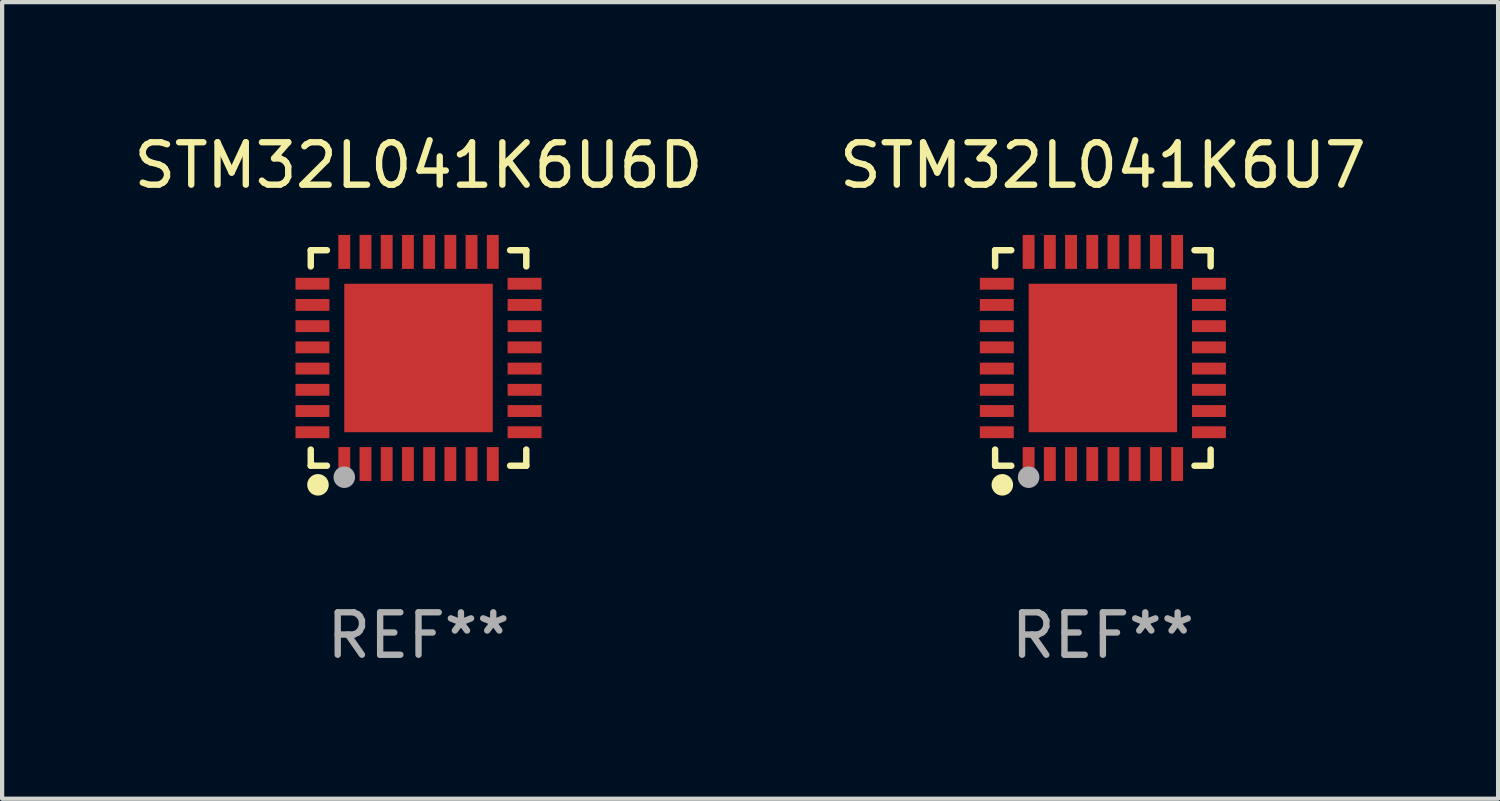
<source format=kicad_pcb>
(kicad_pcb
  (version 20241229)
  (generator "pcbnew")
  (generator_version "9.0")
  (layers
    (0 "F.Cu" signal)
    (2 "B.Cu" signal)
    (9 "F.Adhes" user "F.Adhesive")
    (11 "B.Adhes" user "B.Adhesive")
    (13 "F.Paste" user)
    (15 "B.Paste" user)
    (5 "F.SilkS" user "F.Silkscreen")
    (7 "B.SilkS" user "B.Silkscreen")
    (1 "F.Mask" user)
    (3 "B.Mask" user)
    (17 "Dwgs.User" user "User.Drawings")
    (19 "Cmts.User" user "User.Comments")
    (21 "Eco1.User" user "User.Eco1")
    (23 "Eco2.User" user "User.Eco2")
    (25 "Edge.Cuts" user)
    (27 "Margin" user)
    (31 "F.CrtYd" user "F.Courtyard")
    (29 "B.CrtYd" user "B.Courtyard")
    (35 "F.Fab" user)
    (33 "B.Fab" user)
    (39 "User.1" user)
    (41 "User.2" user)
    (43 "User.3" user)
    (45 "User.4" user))
  (footprint "STM32L041K6U7"
    (layer "F.Cu")
    (at 22.946 5.388)
    (property "Reference" "STM32L041K6U7" (at 0 -4.54 0) (layer "F.SilkS") (effects (font (size 1 1) (thickness 0.15))))
    (attr through_hole)
    (fp_line (start -2.54 -2.54) (end -2.159 -2.54) (stroke (width 0.152) (type solid)) (layer "F.SilkS"))
    (fp_line (start -2.54 -2.159) (end -2.54 -2.54) (stroke (width 0.152) (type solid)) (layer "F.SilkS"))
    (fp_line (start -2.54 2.54) (end -2.54 2.159) (stroke (width 0.152) (type solid)) (layer "F.SilkS"))
    (fp_line (start -2.159 2.54) (end -2.54 2.54) (stroke (width 0.152) (type solid)) (layer "F.SilkS"))
    (fp_line (start 2.159 -2.54) (end 2.54 -2.54) (stroke (width 0.152) (type solid)) (layer "F.SilkS"))
    (fp_line (start 2.54 -2.54) (end 2.54 -2.159) (stroke (width 0.152) (type solid)) (layer "F.SilkS"))
    (fp_line (start 2.54 2.159) (end 2.54 2.54) (stroke (width 0.152) (type solid)) (layer "F.SilkS"))
    (fp_line (start 2.54 2.54) (end 2.159 2.54) (stroke (width 0.152) (type solid)) (layer "F.SilkS"))
    (fp_circle (center -2.5 2.5) (end -2.47 2.5) (stroke (width 0.06) (type solid)) (fill no) (layer "F.SilkS"))
    (fp_circle (center -2.37 2.99) (end -2.243 2.99) (stroke (width 0.254) (type solid)) (fill no) (layer "F.SilkS"))
    (fp_circle (center -1.75 2.81) (end -1.623 2.81) (stroke (width 0.254) (type solid)) (fill no) (layer "F.Fab"))
    (fp_text user "REF**" (at 0 6.54 0) (layer "F.Fab") (effects (font (size 1 1) (thickness 0.15))))
    (pad "1" smd rect (at -1.75 2.5) (size 0.28 0.8) (layers "F.Cu" "F.Mask" "F.Paste"))
    (pad "2" smd rect (at -1.25 2.5) (size 0.28 0.8) (layers "F.Cu" "F.Mask" "F.Paste"))
    (pad "3" smd rect (at -0.75 2.5) (size 0.28 0.8) (layers "F.Cu" "F.Mask" "F.Paste"))
    (pad "4" smd rect (at -0.25 2.5) (size 0.28 0.8) (layers "F.Cu" "F.Mask" "F.Paste"))
    (pad "5" smd rect (at 0.25 2.5) (size 0.28 0.8) (layers "F.Cu" "F.Mask" "F.Paste"))
    (pad "6" smd rect (at 0.75 2.5) (size 0.28 0.8) (layers "F.Cu" "F.Mask" "F.Paste"))
    (pad "7" smd rect (at 1.25 2.5) (size 0.28 0.8) (layers "F.Cu" "F.Mask" "F.Paste"))
    (pad "8" smd rect (at 1.75 2.5) (size 0.28 0.8) (layers "F.Cu" "F.Mask" "F.Paste"))
    (pad "9" smd rect (at 2.5 1.75) (size 0.8 0.28) (layers "F.Cu" "F.Mask" "F.Paste"))
    (pad "10" smd rect (at 2.5 1.25) (size 0.8 0.28) (layers "F.Cu" "F.Mask" "F.Paste"))
    (pad "11" smd rect (at 2.5 0.75) (size 0.8 0.28) (layers "F.Cu" "F.Mask" "F.Paste"))
    (pad "12" smd rect (at 2.5 0.25) (size 0.8 0.28) (layers "F.Cu" "F.Mask" "F.Paste"))
    (pad "13" smd rect (at 2.5 -0.25) (size 0.8 0.28) (layers "F.Cu" "F.Mask" "F.Paste"))
    (pad "14" smd rect (at 2.5 -0.75) (size 0.8 0.28) (layers "F.Cu" "F.Mask" "F.Paste"))
    (pad "15" smd rect (at 2.5 -1.25) (size 0.8 0.28) (layers "F.Cu" "F.Mask" "F.Paste"))
    (pad "16" smd rect (at 2.5 -1.75) (size 0.8 0.28) (layers "F.Cu" "F.Mask" "F.Paste"))
    (pad "17" smd rect (at 1.75 -2.5) (size 0.28 0.8) (layers "F.Cu" "F.Mask" "F.Paste"))
    (pad "18" smd rect (at 1.25 -2.5) (size 0.28 0.8) (layers "F.Cu" "F.Mask" "F.Paste"))
    (pad "19" smd rect (at 0.75 -2.5) (size 0.28 0.8) (layers "F.Cu" "F.Mask" "F.Paste"))
    (pad "20" smd rect (at 0.25 -2.5) (size 0.28 0.8) (layers "F.Cu" "F.Mask" "F.Paste"))
    (pad "21" smd rect (at -0.25 -2.5) (size 0.28 0.8) (layers "F.Cu" "F.Mask" "F.Paste"))
    (pad "22" smd rect (at -0.75 -2.5) (size 0.28 0.8) (layers "F.Cu" "F.Mask" "F.Paste"))
    (pad "23" smd rect (at -1.25 -2.5) (size 0.28 0.8) (layers "F.Cu" "F.Mask" "F.Paste"))
    (pad "24" smd rect (at -1.75 -2.5) (size 0.28 0.8) (layers "F.Cu" "F.Mask" "F.Paste"))
    (pad "25" smd rect (at -2.5 -1.75) (size 0.8 0.28) (layers "F.Cu" "F.Mask" "F.Paste"))
    (pad "26" smd rect (at -2.5 -1.25) (size 0.8 0.28) (layers "F.Cu" "F.Mask" "F.Paste"))
    (pad "27" smd rect (at -2.5 -0.75) (size 0.8 0.28) (layers "F.Cu" "F.Mask" "F.Paste"))
    (pad "28" smd rect (at -2.5 -0.25) (size 0.8 0.28) (layers "F.Cu" "F.Mask" "F.Paste"))
    (pad "29" smd rect (at -2.5 0.25) (size 0.8 0.28) (layers "F.Cu" "F.Mask" "F.Paste"))
    (pad "30" smd rect (at -2.5 0.75) (size 0.8 0.28) (layers "F.Cu" "F.Mask" "F.Paste"))
    (pad "31" smd rect (at -2.5 1.25) (size 0.8 0.28) (layers "F.Cu" "F.Mask" "F.Paste"))
    (pad "32" smd rect (at -2.5 1.75) (size 0.8 0.28) (layers "F.Cu" "F.Mask" "F.Paste"))
    (pad "33" smd rect (at 0.000127 0.000127) (size 3.5 3.5) (layers "F.Cu" "F.Mask" "F.Paste")))
  (footprint "STM32L041K6U6D"
    (layer "F.Cu")
    (at 6.815 5.388)
    (property "Reference" "STM32L041K6U6D" (at 0 -4.54 0) (layer "F.SilkS") (effects (font (size 1 1) (thickness 0.15))))
    (attr through_hole)
    (fp_line (start -2.54 -2.54) (end -2.159 -2.54) (stroke (width 0.152) (type solid)) (layer "F.SilkS"))
    (fp_line (start -2.54 -2.159) (end -2.54 -2.54) (stroke (width 0.152) (type solid)) (layer "F.SilkS"))
    (fp_line (start -2.54 2.54) (end -2.54 2.159) (stroke (width 0.152) (type solid)) (layer "F.SilkS"))
    (fp_line (start -2.159 2.54) (end -2.54 2.54) (stroke (width 0.152) (type solid)) (layer "F.SilkS"))
    (fp_line (start 2.159 -2.54) (end 2.54 -2.54) (stroke (width 0.152) (type solid)) (layer "F.SilkS"))
    (fp_line (start 2.54 -2.54) (end 2.54 -2.159) (stroke (width 0.152) (type solid)) (layer "F.SilkS"))
    (fp_line (start 2.54 2.159) (end 2.54 2.54) (stroke (width 0.152) (type solid)) (layer "F.SilkS"))
    (fp_line (start 2.54 2.54) (end 2.159 2.54) (stroke (width 0.152) (type solid)) (layer "F.SilkS"))
    (fp_circle (center -2.5 2.5) (end -2.47 2.5) (stroke (width 0.06) (type solid)) (fill no) (layer "F.SilkS"))
    (fp_circle (center -2.37 2.99) (end -2.243 2.99) (stroke (width 0.254) (type solid)) (fill no) (layer "F.SilkS"))
    (fp_circle (center -1.75 2.81) (end -1.623 2.81) (stroke (width 0.254) (type solid)) (fill no) (layer "F.Fab"))
    (fp_text user "REF**" (at 0 6.54 0) (layer "F.Fab") (effects (font (size 1 1) (thickness 0.15))))
    (pad "1" smd rect (at -1.75 2.5) (size 0.28 0.8) (layers "F.Cu" "F.Mask" "F.Paste"))
    (pad "2" smd rect (at -1.25 2.5) (size 0.28 0.8) (layers "F.Cu" "F.Mask" "F.Paste"))
    (pad "3" smd rect (at -0.75 2.5) (size 0.28 0.8) (layers "F.Cu" "F.Mask" "F.Paste"))
    (pad "4" smd rect (at -0.25 2.5) (size 0.28 0.8) (layers "F.Cu" "F.Mask" "F.Paste"))
    (pad "5" smd rect (at 0.25 2.5) (size 0.28 0.8) (layers "F.Cu" "F.Mask" "F.Paste"))
    (pad "6" smd rect (at 0.75 2.5) (size 0.28 0.8) (layers "F.Cu" "F.Mask" "F.Paste"))
    (pad "7" smd rect (at 1.25 2.5) (size 0.28 0.8) (layers "F.Cu" "F.Mask" "F.Paste"))
    (pad "8" smd rect (at 1.75 2.5) (size 0.28 0.8) (layers "F.Cu" "F.Mask" "F.Paste"))
    (pad "9" smd rect (at 2.5 1.75) (size 0.8 0.28) (layers "F.Cu" "F.Mask" "F.Paste"))
    (pad "10" smd rect (at 2.5 1.25) (size 0.8 0.28) (layers "F.Cu" "F.Mask" "F.Paste"))
    (pad "11" smd rect (at 2.5 0.75) (size 0.8 0.28) (layers "F.Cu" "F.Mask" "F.Paste"))
    (pad "12" smd rect (at 2.5 0.25) (size 0.8 0.28) (layers "F.Cu" "F.Mask" "F.Paste"))
    (pad "13" smd rect (at 2.5 -0.25) (size 0.8 0.28) (layers "F.Cu" "F.Mask" "F.Paste"))
    (pad "14" smd rect (at 2.5 -0.75) (size 0.8 0.28) (layers "F.Cu" "F.Mask" "F.Paste"))
    (pad "15" smd rect (at 2.5 -1.25) (size 0.8 0.28) (layers "F.Cu" "F.Mask" "F.Paste"))
    (pad "16" smd rect (at 2.5 -1.75) (size 0.8 0.28) (layers "F.Cu" "F.Mask" "F.Paste"))
    (pad "17" smd rect (at 1.75 -2.5) (size 0.28 0.8) (layers "F.Cu" "F.Mask" "F.Paste"))
    (pad "18" smd rect (at 1.25 -2.5) (size 0.28 0.8) (layers "F.Cu" "F.Mask" "F.Paste"))
    (pad "19" smd rect (at 0.75 -2.5) (size 0.28 0.8) (layers "F.Cu" "F.Mask" "F.Paste"))
    (pad "20" smd rect (at 0.25 -2.5) (size 0.28 0.8) (layers "F.Cu" "F.Mask" "F.Paste"))
    (pad "21" smd rect (at -0.25 -2.5) (size 0.28 0.8) (layers "F.Cu" "F.Mask" "F.Paste"))
    (pad "22" smd rect (at -0.75 -2.5) (size 0.28 0.8) (layers "F.Cu" "F.Mask" "F.Paste"))
    (pad "23" smd rect (at -1.25 -2.5) (size 0.28 0.8) (layers "F.Cu" "F.Mask" "F.Paste"))
    (pad "24" smd rect (at -1.75 -2.5) (size 0.28 0.8) (layers "F.Cu" "F.Mask" "F.Paste"))
    (pad "25" smd rect (at -2.5 -1.75) (size 0.8 0.28) (layers "F.Cu" "F.Mask" "F.Paste"))
    (pad "26" smd rect (at -2.5 -1.25) (size 0.8 0.28) (layers "F.Cu" "F.Mask" "F.Paste"))
    (pad "27" smd rect (at -2.5 -0.75) (size 0.8 0.28) (layers "F.Cu" "F.Mask" "F.Paste"))
    (pad "28" smd rect (at -2.5 -0.25) (size 0.8 0.28) (layers "F.Cu" "F.Mask" "F.Paste"))
    (pad "29" smd rect (at -2.5 0.25) (size 0.8 0.28) (layers "F.Cu" "F.Mask" "F.Paste"))
    (pad "30" smd rect (at -2.5 0.75) (size 0.8 0.28) (layers "F.Cu" "F.Mask" "F.Paste"))
    (pad "31" smd rect (at -2.5 1.25) (size 0.8 0.28) (layers "F.Cu" "F.Mask" "F.Paste"))
    (pad "32" smd rect (at -2.5 1.75) (size 0.8 0.28) (layers "F.Cu" "F.Mask" "F.Paste"))
    (pad "33" smd rect (at 0.000127 0.000127) (size 3.5 3.5) (layers "F.Cu" "F.Mask" "F.Paste")))
  (gr_rect
    (start -3 -3)
    (end 32.262 15.777)
    (stroke (width 0.1) (type default))
    (fill no)
    (layer "Edge.Cuts")))
</source>
